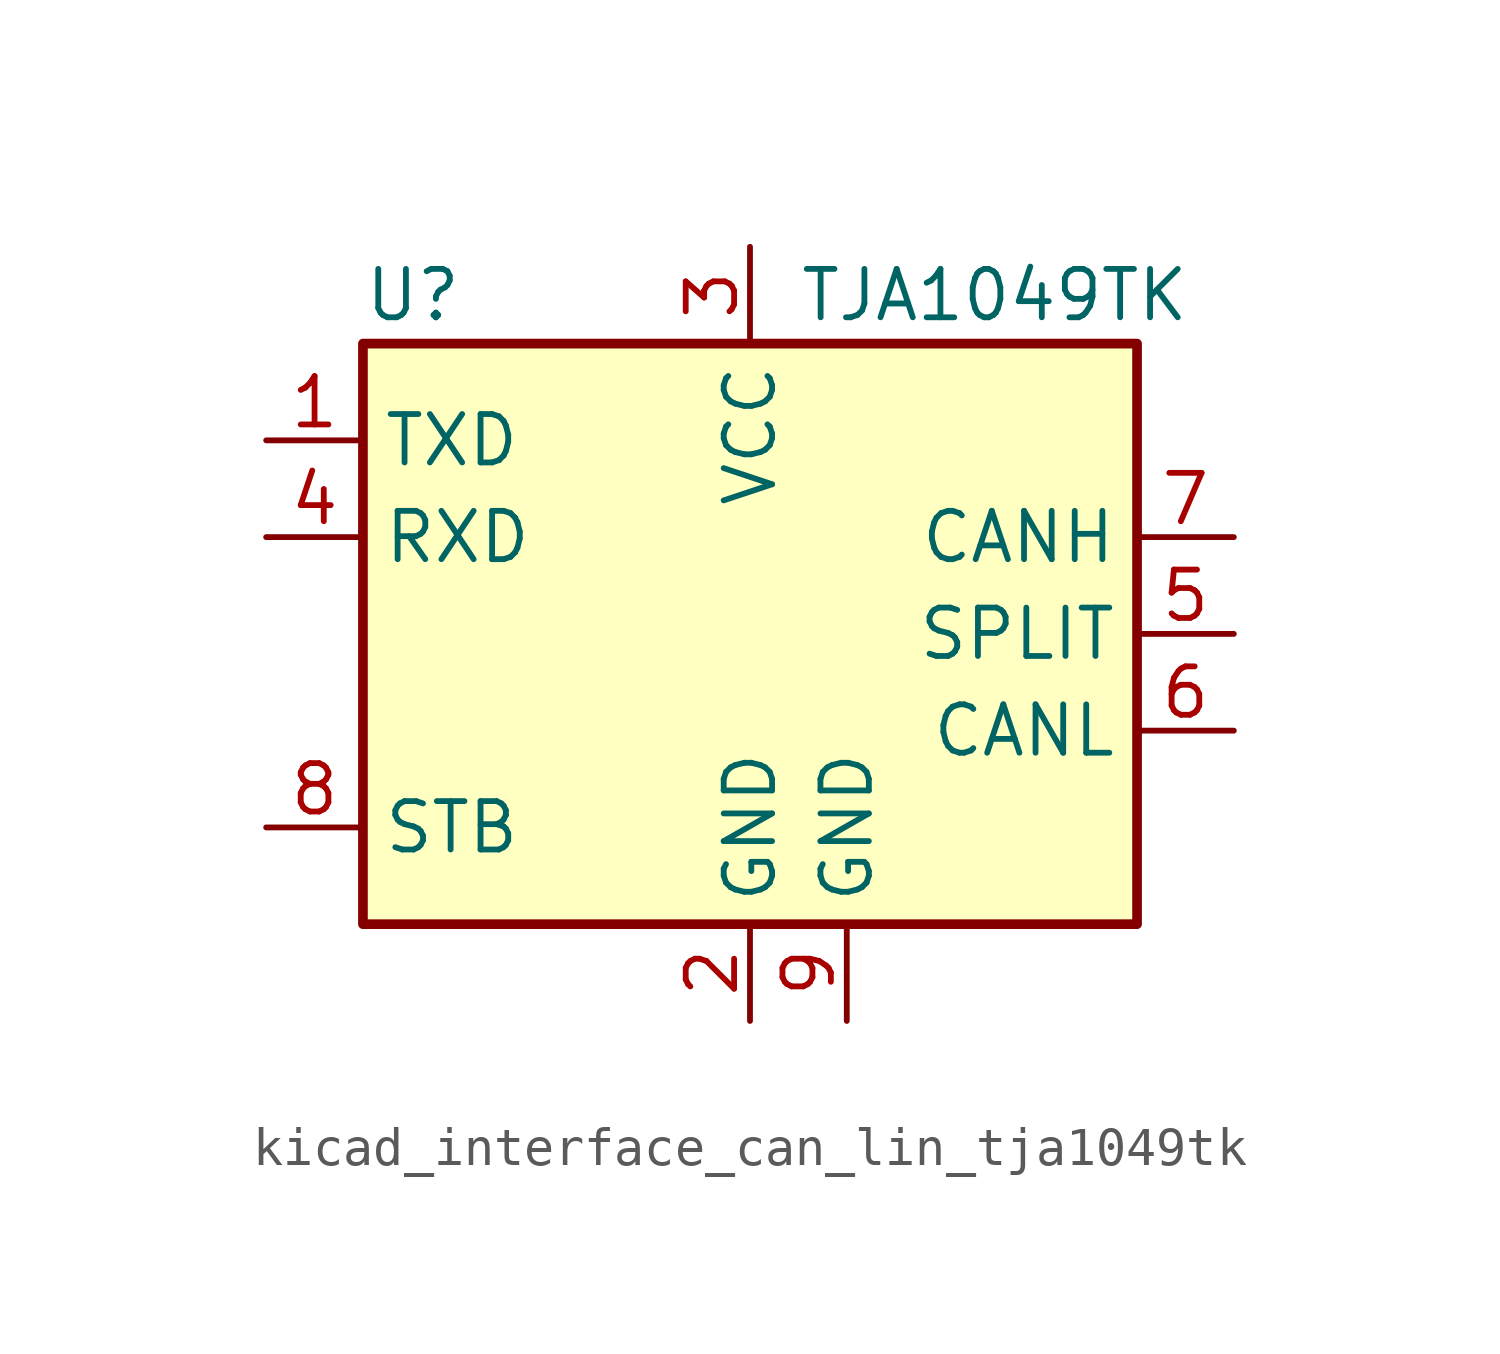
<source format=kicad_sym>
(kicad_symbol_lib
  (version 20220914)
  (generator kicad_symbol_editor)
  (symbol "kicad_interface_can_lin_tja1049tk"
    (property "Reference" "U"
      (at -10.16 8.89 0)
      (effects (font (size 1.27 1.27)) (justify left)))
    (property "Value" "TJA1049TK"
      (at 1.27 8.89 0)
      (effects (font (size 1.27 1.27)) (justify left)))
    (symbol "kicad_interface_can_lin_tja1049tk_0_1"
      (rectangle (start -10.16 7.62) (end 10.16 -7.62) (stroke (width 0.254) (type default)) (fill (type background))))
    (symbol "kicad_interface_can_lin_tja1049tk_1_1"
      (pin input line (at -12.7 5.08 0) (length 2.54) (name "TXD" (effects (font (size 1.27 1.27)))) (number "1" (effects (font (size 1.27 1.27)))))
      (pin power_in line (at 0 -10.16 90) (length 2.54) (name "GND" (effects (font (size 1.27 1.27)))) (number "2" (effects (font (size 1.27 1.27)))))
      (pin power_in line (at 0 10.16 270) (length 2.54) (name "VCC" (effects (font (size 1.27 1.27)))) (number "3" (effects (font (size 1.27 1.27)))))
      (pin output line (at -12.7 2.54 0) (length 2.54) (name "RXD" (effects (font (size 1.27 1.27)))) (number "4" (effects (font (size 1.27 1.27)))))
      (pin power_out line (at 12.7 0 180) (length 2.54) (name "SPLIT" (effects (font (size 1.27 1.27)))) (number "5" (effects (font (size 1.27 1.27)))))
      (pin bidirectional line (at 12.7 -2.54 180) (length 2.54) (name "CANL" (effects (font (size 1.27 1.27)))) (number "6" (effects (font (size 1.27 1.27)))))
      (pin bidirectional line (at 12.7 2.54 180) (length 2.54) (name "CANH" (effects (font (size 1.27 1.27)))) (number "7" (effects (font (size 1.27 1.27)))))
      (pin input line (at -12.7 -5.08 0) (length 2.54) (name "STB" (effects (font (size 1.27 1.27)))) (number "8" (effects (font (size 1.27 1.27)))))
      (pin power_in line (at 2.54 -10.16 90) (length 2.54) (name "GND" (effects (font (size 1.27 1.27)))) (number "9" (effects (font (size 1.27 1.27))))))))
</source>
